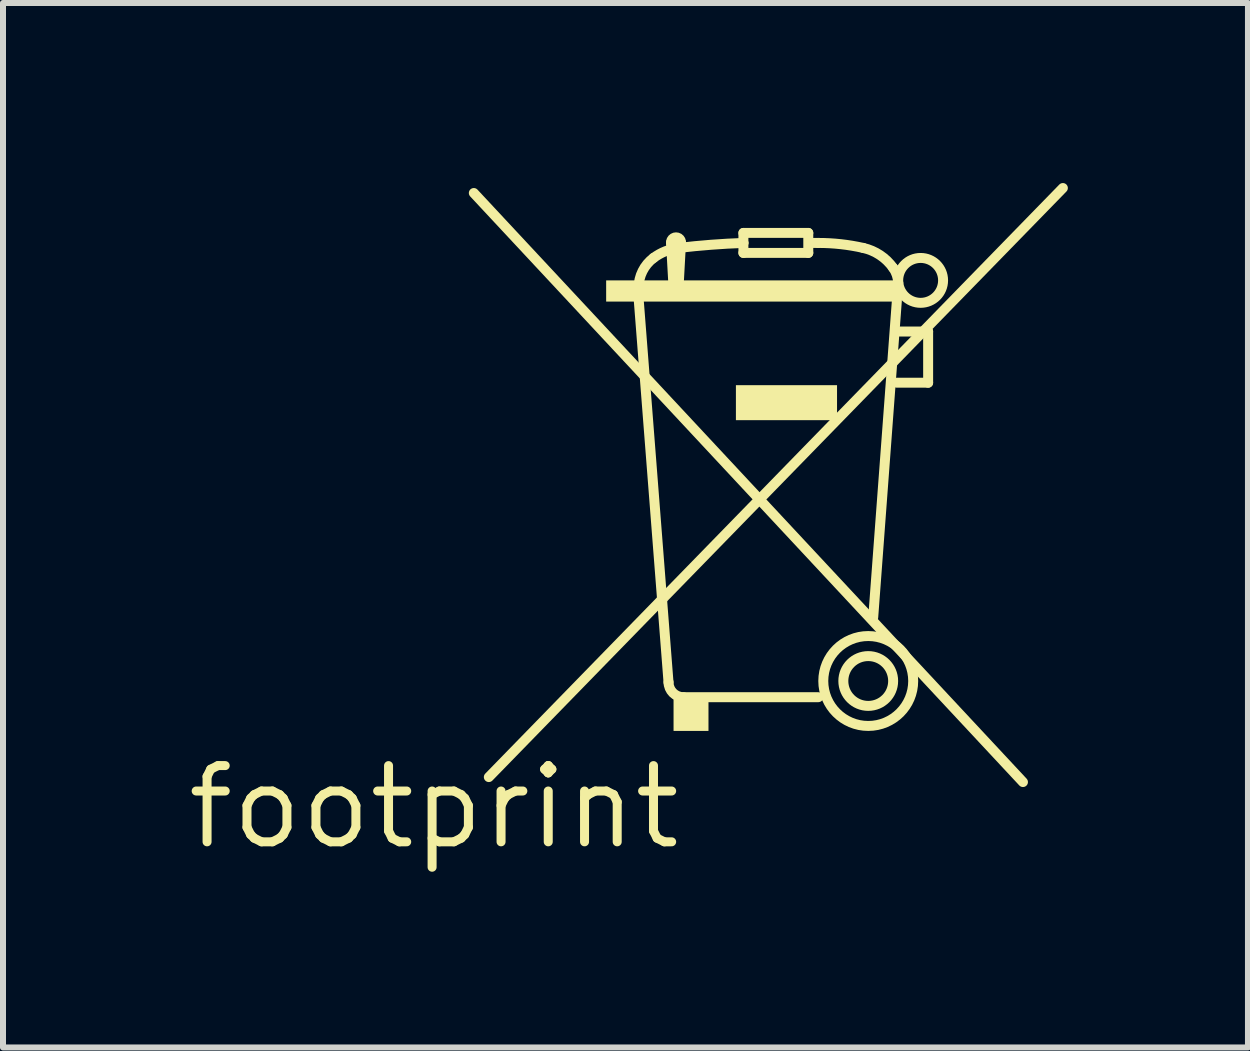
<source format=kicad_pcb>
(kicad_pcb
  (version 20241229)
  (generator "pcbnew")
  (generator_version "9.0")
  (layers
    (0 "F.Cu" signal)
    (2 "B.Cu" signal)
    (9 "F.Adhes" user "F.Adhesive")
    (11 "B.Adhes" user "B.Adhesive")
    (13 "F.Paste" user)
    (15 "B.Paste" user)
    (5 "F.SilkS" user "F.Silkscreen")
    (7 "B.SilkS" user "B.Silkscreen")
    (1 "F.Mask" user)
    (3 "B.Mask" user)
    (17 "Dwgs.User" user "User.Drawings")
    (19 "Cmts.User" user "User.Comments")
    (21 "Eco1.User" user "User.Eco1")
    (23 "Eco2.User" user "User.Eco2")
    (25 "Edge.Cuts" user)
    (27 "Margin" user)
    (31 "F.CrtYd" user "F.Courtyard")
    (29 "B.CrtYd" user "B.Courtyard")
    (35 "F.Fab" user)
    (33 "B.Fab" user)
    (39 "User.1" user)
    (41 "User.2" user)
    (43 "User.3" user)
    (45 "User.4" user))
  (footprint "footprint"
    (layer "F.Cu")
    (at 4.18 10.397)
    (property "Reference" "footprint" (at 0 0 0) (layer "F.SilkS") (effects (font (size 1.27 1.27) (thickness 0.15))))
    (fp_line (start 0.665 -10.231) (end 9.815 -0.416) (stroke (width 0.166) (type solid)) (layer "F.SilkS"))
    (fp_line (start 0.915 -0.499) (end 10.48 -10.314) (stroke (width 0.166) (type solid)) (layer "F.SilkS"))
    (fp_line (start 3.41 -8.484) (end 3.41 -8.65) (stroke (width 0.166) (type solid)) (layer "F.SilkS"))
    (fp_line (start 3.909 -2.079) (end 3.41 -8.484) (stroke (width 0.166) (type solid)) (layer "F.SilkS"))
    (fp_line (start 3.993 -8.65) (end 3.951 -9.399) (stroke (width 0.166) (type solid)) (layer "F.SilkS"))
    (fp_line (start 4.076 -8.65) (end 3.993 -8.65) (stroke (width 0.166) (type solid)) (layer "F.SilkS"))
    (fp_line (start 4.117 -9.399) (end 4.076 -8.65) (stroke (width 0.166) (type solid)) (layer "F.SilkS"))
    (fp_line (start 5.157 -9.566) (end 6.238 -9.566) (stroke (width 0.166) (type solid)) (layer "F.SilkS"))
    (fp_line (start 5.157 -9.399) (end 5.157 -9.566) (stroke (width 0.166) (type solid)) (layer "F.SilkS"))
    (fp_line (start 5.157 -9.233) (end 5.157 -9.399) (stroke (width 0.166) (type solid)) (layer "F.SilkS"))
    (fp_line (start 6.238 -9.566) (end 6.238 -9.233) (stroke (width 0.166) (type solid)) (layer "F.SilkS"))
    (fp_line (start 6.238 -9.233) (end 5.157 -9.233) (stroke (width 0.166) (type solid)) (layer "F.SilkS"))
    (fp_line (start 6.322 -9.399) (end 6.405 -9.399) (stroke (width 0.166) (type solid)) (layer "F.SilkS"))
    (fp_line (start 6.405 -1.83) (end 4.159 -1.83) (stroke (width 0.166) (type solid)) (layer "F.SilkS"))
    (fp_line (start 7.715 -7.07) (end 8.235 -7.07) (stroke (width 0.166) (type solid)) (layer "F.SilkS"))
    (fp_line (start 7.736 -8.734) (end 7.32 -3.161) (stroke (width 0.166) (type solid)) (layer "F.SilkS"))
    (fp_line (start 8.235 -7.923) (end 7.756 -7.923) (stroke (width 0.166) (type solid)) (layer "F.SilkS"))
    (fp_line (start 8.235 -7.07) (end 8.235 -7.923) (stroke (width 0.166) (type solid)) (layer "F.SilkS"))
    (fp_arc (start 3.4103 -8.6505) (mid 3.476144 -8.929496) (end 3.6598 -9.149599) (stroke (width 0.1664) (type solid)) (layer "F.SilkS"))
    (fp_arc (start 3.6598 -9.1496) (mid 3.856752 -9.260255) (end 4.0757 -9.3159) (stroke (width 0.1664) (type solid)) (layer "F.SilkS"))
    (fp_arc (start 3.951 -9.3991) (mid 4.034151 -9.491956) (end 4.1173 -9.399098) (stroke (width 0.1664) (type solid)) (layer "F.SilkS"))
    (fp_arc (start 4.0757 -9.3159) (mid 4.615503 -9.368509) (end 5.157 -9.3991) (stroke (width 0.1664) (type solid)) (layer "F.SilkS"))
    (fp_arc (start 4.1589 -1.8299) (mid 3.982471 -1.90304) (end 3.9094 -2.079498) (stroke (width 0.1664) (type solid)) (layer "F.SilkS"))
    (fp_arc (start 6.4047 -9.3991) (mid 6.781304 -9.378231) (end 7.1533 -9.3159) (stroke (width 0.1664) (type solid)) (layer "F.SilkS"))
    (fp_arc (start 7.1533 -9.3159) (mid 7.433688 -9.195811) (end 7.652401 -8.983199) (stroke (width 0.1664) (type solid)) (layer "F.SilkS"))
    (fp_arc (start 7.6524 -8.9832) (mid 7.712498 -8.864619) (end 7.7356 -8.7337) (stroke (width 0.1664) (type solid)) (layer "F.SilkS"))
    (fp_circle (center 7.237 -2.1) (end 7.652 -2.1) (stroke (width 0.166) (type solid)) (fill no) (layer "F.SilkS"))
    (fp_circle (center 7.237 -2.1) (end 7.986 -2.1) (stroke (width 0.166) (type solid)) (fill no) (layer "F.SilkS"))
    (fp_circle (center 8.11 -8.775) (end 8.484 -8.775) (stroke (width 0.166) (type solid)) (fill no) (layer "F.SilkS"))
    (fp_poly (pts (xy 2.87 -8.422) (xy 7.756 -8.422) (xy 7.756 -8.775) (xy 2.87 -8.775)) (stroke (width 0) (type solid)) (fill yes) (layer "F.SilkS"))
    (fp_poly (pts (xy 3.993 -1.268) (xy 4.575 -1.268) (xy 4.575 -1.83) (xy 3.993 -1.83)) (stroke (width 0) (type solid)) (fill yes) (layer "F.SilkS"))
    (fp_poly (pts (xy 5.032 -6.446) (xy 6.717 -6.446) (xy 6.717 -7.029) (xy 5.032 -7.029)) (stroke (width 0) (type solid)) (fill yes) (layer "F.SilkS")))
  (gr_rect
    (start -3 -3)
    (end 17.744 14.403)
    (stroke (width 0.1) (type default))
    (fill no)
    (layer "Edge.Cuts")))
</source>
